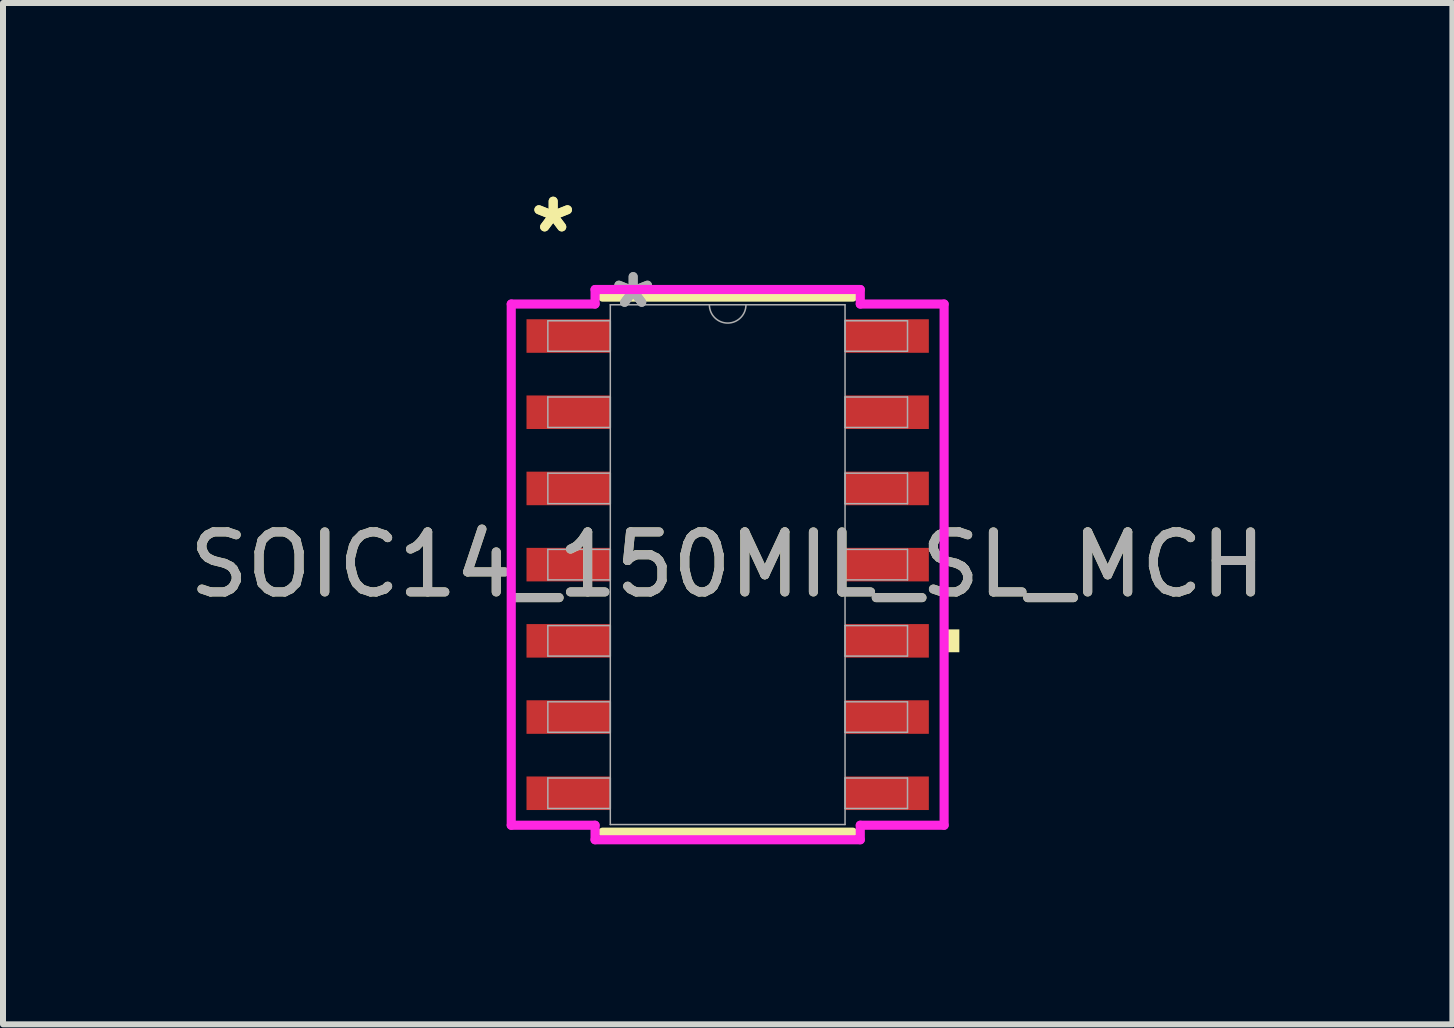
<source format=kicad_pcb>
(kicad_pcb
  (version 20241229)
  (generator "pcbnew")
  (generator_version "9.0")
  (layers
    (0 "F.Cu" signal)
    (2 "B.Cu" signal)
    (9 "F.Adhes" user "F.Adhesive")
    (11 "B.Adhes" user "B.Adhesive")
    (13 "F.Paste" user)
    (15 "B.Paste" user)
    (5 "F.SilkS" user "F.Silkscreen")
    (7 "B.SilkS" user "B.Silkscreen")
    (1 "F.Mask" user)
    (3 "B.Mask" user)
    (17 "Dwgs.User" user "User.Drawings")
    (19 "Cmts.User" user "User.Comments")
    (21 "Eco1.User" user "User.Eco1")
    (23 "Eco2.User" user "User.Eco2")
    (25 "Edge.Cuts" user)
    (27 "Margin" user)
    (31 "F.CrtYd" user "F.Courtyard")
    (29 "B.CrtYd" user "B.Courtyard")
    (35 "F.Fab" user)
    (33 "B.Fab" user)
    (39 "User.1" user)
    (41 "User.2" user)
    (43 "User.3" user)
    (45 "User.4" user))
  (footprint "SOIC14_150MIL_SL_MCH"
    (layer "F.Cu")
    (at 9.077 6.36)
    (property "Reference" "SOIC14_150MIL_SL_MCH" (at 0 0 0) (unlocked yes) (layer "F.SilkS") (effects (font (size 1 1) (thickness 0.15))))
    (attr smd)
    (fp_line (start -2.083 4.458) (end 2.083 4.458) (stroke (width 0.152) (type solid)) (layer "F.SilkS"))
    (fp_line (start 2.083 -4.458) (end -2.083 -4.458) (stroke (width 0.152) (type solid)) (layer "F.SilkS"))
    (fp_poly (pts (xy 3.861 1.079) (xy 3.861 1.46) (xy 3.607 1.46) (xy 3.607 1.079)) (stroke (width 0) (type solid)) (fill yes) (layer "F.SilkS"))
    (fp_line (start -3.607 -4.343) (end -2.21 -4.343) (stroke (width 0.152) (type solid)) (layer "F.CrtYd"))
    (fp_line (start -3.607 4.343) (end -3.607 -4.343) (stroke (width 0.152) (type solid)) (layer "F.CrtYd"))
    (fp_line (start -3.607 4.343) (end -2.21 4.343) (stroke (width 0.152) (type solid)) (layer "F.CrtYd"))
    (fp_line (start -2.21 -4.585) (end 2.21 -4.585) (stroke (width 0.152) (type solid)) (layer "F.CrtYd"))
    (fp_line (start -2.21 -4.343) (end -2.21 -4.585) (stroke (width 0.152) (type solid)) (layer "F.CrtYd"))
    (fp_line (start -2.21 4.585) (end -2.21 4.343) (stroke (width 0.152) (type solid)) (layer "F.CrtYd"))
    (fp_line (start 2.21 -4.585) (end 2.21 -4.343) (stroke (width 0.152) (type solid)) (layer "F.CrtYd"))
    (fp_line (start 2.21 4.343) (end 2.21 4.585) (stroke (width 0.152) (type solid)) (layer "F.CrtYd"))
    (fp_line (start 2.21 4.585) (end -2.21 4.585) (stroke (width 0.152) (type solid)) (layer "F.CrtYd"))
    (fp_line (start 3.607 -4.343) (end 2.21 -4.343) (stroke (width 0.152) (type solid)) (layer "F.CrtYd"))
    (fp_line (start 3.607 -4.343) (end 3.607 4.343) (stroke (width 0.152) (type solid)) (layer "F.CrtYd"))
    (fp_line (start 3.607 4.343) (end 2.21 4.343) (stroke (width 0.152) (type solid)) (layer "F.CrtYd"))
    (fp_line (start -2.997 -4.064) (end -2.997 -3.556) (stroke (width 0.025) (type solid)) (layer "F.Fab"))
    (fp_line (start -2.997 -3.556) (end -1.956 -3.556) (stroke (width 0.025) (type solid)) (layer "F.Fab"))
    (fp_line (start -2.997 -2.794) (end -2.997 -2.286) (stroke (width 0.025) (type solid)) (layer "F.Fab"))
    (fp_line (start -2.997 -2.286) (end -1.956 -2.286) (stroke (width 0.025) (type solid)) (layer "F.Fab"))
    (fp_line (start -2.997 -1.524) (end -2.997 -1.016) (stroke (width 0.025) (type solid)) (layer "F.Fab"))
    (fp_line (start -2.997 -1.016) (end -1.956 -1.016) (stroke (width 0.025) (type solid)) (layer "F.Fab"))
    (fp_line (start -2.997 -0.254) (end -2.997 0.254) (stroke (width 0.025) (type solid)) (layer "F.Fab"))
    (fp_line (start -2.997 0.254) (end -1.956 0.254) (stroke (width 0.025) (type solid)) (layer "F.Fab"))
    (fp_line (start -2.997 1.016) (end -2.997 1.524) (stroke (width 0.025) (type solid)) (layer "F.Fab"))
    (fp_line (start -2.997 1.524) (end -1.956 1.524) (stroke (width 0.025) (type solid)) (layer "F.Fab"))
    (fp_line (start -2.997 2.286) (end -2.997 2.794) (stroke (width 0.025) (type solid)) (layer "F.Fab"))
    (fp_line (start -2.997 2.794) (end -1.956 2.794) (stroke (width 0.025) (type solid)) (layer "F.Fab"))
    (fp_line (start -2.997 3.556) (end -2.997 4.064) (stroke (width 0.025) (type solid)) (layer "F.Fab"))
    (fp_line (start -2.997 4.064) (end -1.956 4.064) (stroke (width 0.025) (type solid)) (layer "F.Fab"))
    (fp_line (start -1.956 -4.331) (end -1.956 4.331) (stroke (width 0.025) (type solid)) (layer "F.Fab"))
    (fp_line (start -1.956 -4.064) (end -2.997 -4.064) (stroke (width 0.025) (type solid)) (layer "F.Fab"))
    (fp_line (start -1.956 -3.556) (end -1.956 -4.064) (stroke (width 0.025) (type solid)) (layer "F.Fab"))
    (fp_line (start -1.956 -2.794) (end -2.997 -2.794) (stroke (width 0.025) (type solid)) (layer "F.Fab"))
    (fp_line (start -1.956 -2.286) (end -1.956 -2.794) (stroke (width 0.025) (type solid)) (layer "F.Fab"))
    (fp_line (start -1.956 -1.524) (end -2.997 -1.524) (stroke (width 0.025) (type solid)) (layer "F.Fab"))
    (fp_line (start -1.956 -1.016) (end -1.956 -1.524) (stroke (width 0.025) (type solid)) (layer "F.Fab"))
    (fp_line (start -1.956 -0.254) (end -2.997 -0.254) (stroke (width 0.025) (type solid)) (layer "F.Fab"))
    (fp_line (start -1.956 0.254) (end -1.956 -0.254) (stroke (width 0.025) (type solid)) (layer "F.Fab"))
    (fp_line (start -1.956 1.016) (end -2.997 1.016) (stroke (width 0.025) (type solid)) (layer "F.Fab"))
    (fp_line (start -1.956 1.524) (end -1.956 1.016) (stroke (width 0.025) (type solid)) (layer "F.Fab"))
    (fp_line (start -1.956 2.286) (end -2.997 2.286) (stroke (width 0.025) (type solid)) (layer "F.Fab"))
    (fp_line (start -1.956 2.794) (end -1.956 2.286) (stroke (width 0.025) (type solid)) (layer "F.Fab"))
    (fp_line (start -1.956 3.556) (end -2.997 3.556) (stroke (width 0.025) (type solid)) (layer "F.Fab"))
    (fp_line (start -1.956 4.064) (end -1.956 3.556) (stroke (width 0.025) (type solid)) (layer "F.Fab"))
    (fp_line (start -1.956 4.331) (end 1.956 4.331) (stroke (width 0.025) (type solid)) (layer "F.Fab"))
    (fp_line (start 1.956 -4.331) (end -1.956 -4.331) (stroke (width 0.025) (type solid)) (layer "F.Fab"))
    (fp_line (start 1.956 -4.064) (end 1.956 -3.556) (stroke (width 0.025) (type solid)) (layer "F.Fab"))
    (fp_line (start 1.956 -3.556) (end 2.997 -3.556) (stroke (width 0.025) (type solid)) (layer "F.Fab"))
    (fp_line (start 1.956 -2.794) (end 1.956 -2.286) (stroke (width 0.025) (type solid)) (layer "F.Fab"))
    (fp_line (start 1.956 -2.286) (end 2.997 -2.286) (stroke (width 0.025) (type solid)) (layer "F.Fab"))
    (fp_line (start 1.956 -1.524) (end 1.956 -1.016) (stroke (width 0.025) (type solid)) (layer "F.Fab"))
    (fp_line (start 1.956 -1.016) (end 2.997 -1.016) (stroke (width 0.025) (type solid)) (layer "F.Fab"))
    (fp_line (start 1.956 -0.254) (end 1.956 0.254) (stroke (width 0.025) (type solid)) (layer "F.Fab"))
    (fp_line (start 1.956 0.254) (end 2.997 0.254) (stroke (width 0.025) (type solid)) (layer "F.Fab"))
    (fp_line (start 1.956 1.016) (end 1.956 1.524) (stroke (width 0.025) (type solid)) (layer "F.Fab"))
    (fp_line (start 1.956 1.524) (end 2.997 1.524) (stroke (width 0.025) (type solid)) (layer "F.Fab"))
    (fp_line (start 1.956 2.286) (end 1.956 2.794) (stroke (width 0.025) (type solid)) (layer "F.Fab"))
    (fp_line (start 1.956 2.794) (end 2.997 2.794) (stroke (width 0.025) (type solid)) (layer "F.Fab"))
    (fp_line (start 1.956 3.556) (end 1.956 4.064) (stroke (width 0.025) (type solid)) (layer "F.Fab"))
    (fp_line (start 1.956 4.064) (end 2.997 4.064) (stroke (width 0.025) (type solid)) (layer "F.Fab"))
    (fp_line (start 1.956 4.331) (end 1.956 -4.331) (stroke (width 0.025) (type solid)) (layer "F.Fab"))
    (fp_line (start 2.997 -4.064) (end 1.956 -4.064) (stroke (width 0.025) (type solid)) (layer "F.Fab"))
    (fp_line (start 2.997 -3.556) (end 2.997 -4.064) (stroke (width 0.025) (type solid)) (layer "F.Fab"))
    (fp_line (start 2.997 -2.794) (end 1.956 -2.794) (stroke (width 0.025) (type solid)) (layer "F.Fab"))
    (fp_line (start 2.997 -2.286) (end 2.997 -2.794) (stroke (width 0.025) (type solid)) (layer "F.Fab"))
    (fp_line (start 2.997 -1.524) (end 1.956 -1.524) (stroke (width 0.025) (type solid)) (layer "F.Fab"))
    (fp_line (start 2.997 -1.016) (end 2.997 -1.524) (stroke (width 0.025) (type solid)) (layer "F.Fab"))
    (fp_line (start 2.997 -0.254) (end 1.956 -0.254) (stroke (width 0.025) (type solid)) (layer "F.Fab"))
    (fp_line (start 2.997 0.254) (end 2.997 -0.254) (stroke (width 0.025) (type solid)) (layer "F.Fab"))
    (fp_line (start 2.997 1.016) (end 1.956 1.016) (stroke (width 0.025) (type solid)) (layer "F.Fab"))
    (fp_line (start 2.997 1.524) (end 2.997 1.016) (stroke (width 0.025) (type solid)) (layer "F.Fab"))
    (fp_line (start 2.997 2.286) (end 1.956 2.286) (stroke (width 0.025) (type solid)) (layer "F.Fab"))
    (fp_line (start 2.997 2.794) (end 2.997 2.286) (stroke (width 0.025) (type solid)) (layer "F.Fab"))
    (fp_line (start 2.997 3.556) (end 1.956 3.556) (stroke (width 0.025) (type solid)) (layer "F.Fab"))
    (fp_line (start 2.997 4.064) (end 2.997 3.556) (stroke (width 0.025) (type solid)) (layer "F.Fab"))
    (fp_arc (start 0.3048 -4.3307) (mid 0 -4.0259) (end -0.3048 -4.3307) (stroke (width 0.0254) (type solid)) (layer "F.Fab"))
    (fp_text user "*" (at -2.908 -5.512 0) (layer "F.SilkS") (effects (font (size 1 1) (thickness 0.15))))
    (fp_text user "*" (at -2.908 -5.512 0) (unlocked yes) (layer "F.SilkS") (effects (font (size 1 1) (thickness 0.15))))
    (fp_text user "*" (at -1.575 -4.255 0) (layer "F.Fab") (effects (font (size 1 1) (thickness 0.15))))
    (fp_text user "${REFERENCE}" (at 0 0 0) (unlocked yes) (layer "F.Fab") (effects (font (size 1 1) (thickness 0.15))))
    (fp_text user "*" (at -1.575 -4.255 0) (unlocked yes) (layer "F.Fab") (effects (font (size 1 1) (thickness 0.15))))
    (pad "1" smd rect (at -2.654 -3.81) (size 1.397 0.559) (layers "F.Cu" "F.Mask" "F.Paste"))
    (pad "2" smd rect (at -2.654 -2.54) (size 1.397 0.559) (layers "F.Cu" "F.Mask" "F.Paste"))
    (pad "3" smd rect (at -2.654 -1.27) (size 1.397 0.559) (layers "F.Cu" "F.Mask" "F.Paste"))
    (pad "4" smd rect (at -2.654 0) (size 1.397 0.559) (layers "F.Cu" "F.Mask" "F.Paste"))
    (pad "5" smd rect (at -2.654 1.27) (size 1.397 0.559) (layers "F.Cu" "F.Mask" "F.Paste"))
    (pad "6" smd rect (at -2.654 2.54) (size 1.397 0.559) (layers "F.Cu" "F.Mask" "F.Paste"))
    (pad "7" smd rect (at -2.654 3.81) (size 1.397 0.559) (layers "F.Cu" "F.Mask" "F.Paste"))
    (pad "8" smd rect (at 2.654 3.81) (size 1.397 0.559) (layers "F.Cu" "F.Mask" "F.Paste"))
    (pad "9" smd rect (at 2.654 2.54) (size 1.397 0.559) (layers "F.Cu" "F.Mask" "F.Paste"))
    (pad "10" smd rect (at 2.654 1.27) (size 1.397 0.559) (layers "F.Cu" "F.Mask" "F.Paste"))
    (pad "11" smd rect (at 2.654 0) (size 1.397 0.559) (layers "F.Cu" "F.Mask" "F.Paste"))
    (pad "12" smd rect (at 2.654 -1.27) (size 1.397 0.559) (layers "F.Cu" "F.Mask" "F.Paste"))
    (pad "13" smd rect (at 2.654 -2.54) (size 1.397 0.559) (layers "F.Cu" "F.Mask" "F.Paste"))
    (pad "14" smd rect (at 2.654 -3.81) (size 1.397 0.559) (layers "F.Cu" "F.Mask" "F.Paste")))
  (gr_rect
    (start -3 -3)
    (end 21.155 14.021)
    (stroke (width 0.1) (type default))
    (fill no)
    (layer "Edge.Cuts")))
</source>
